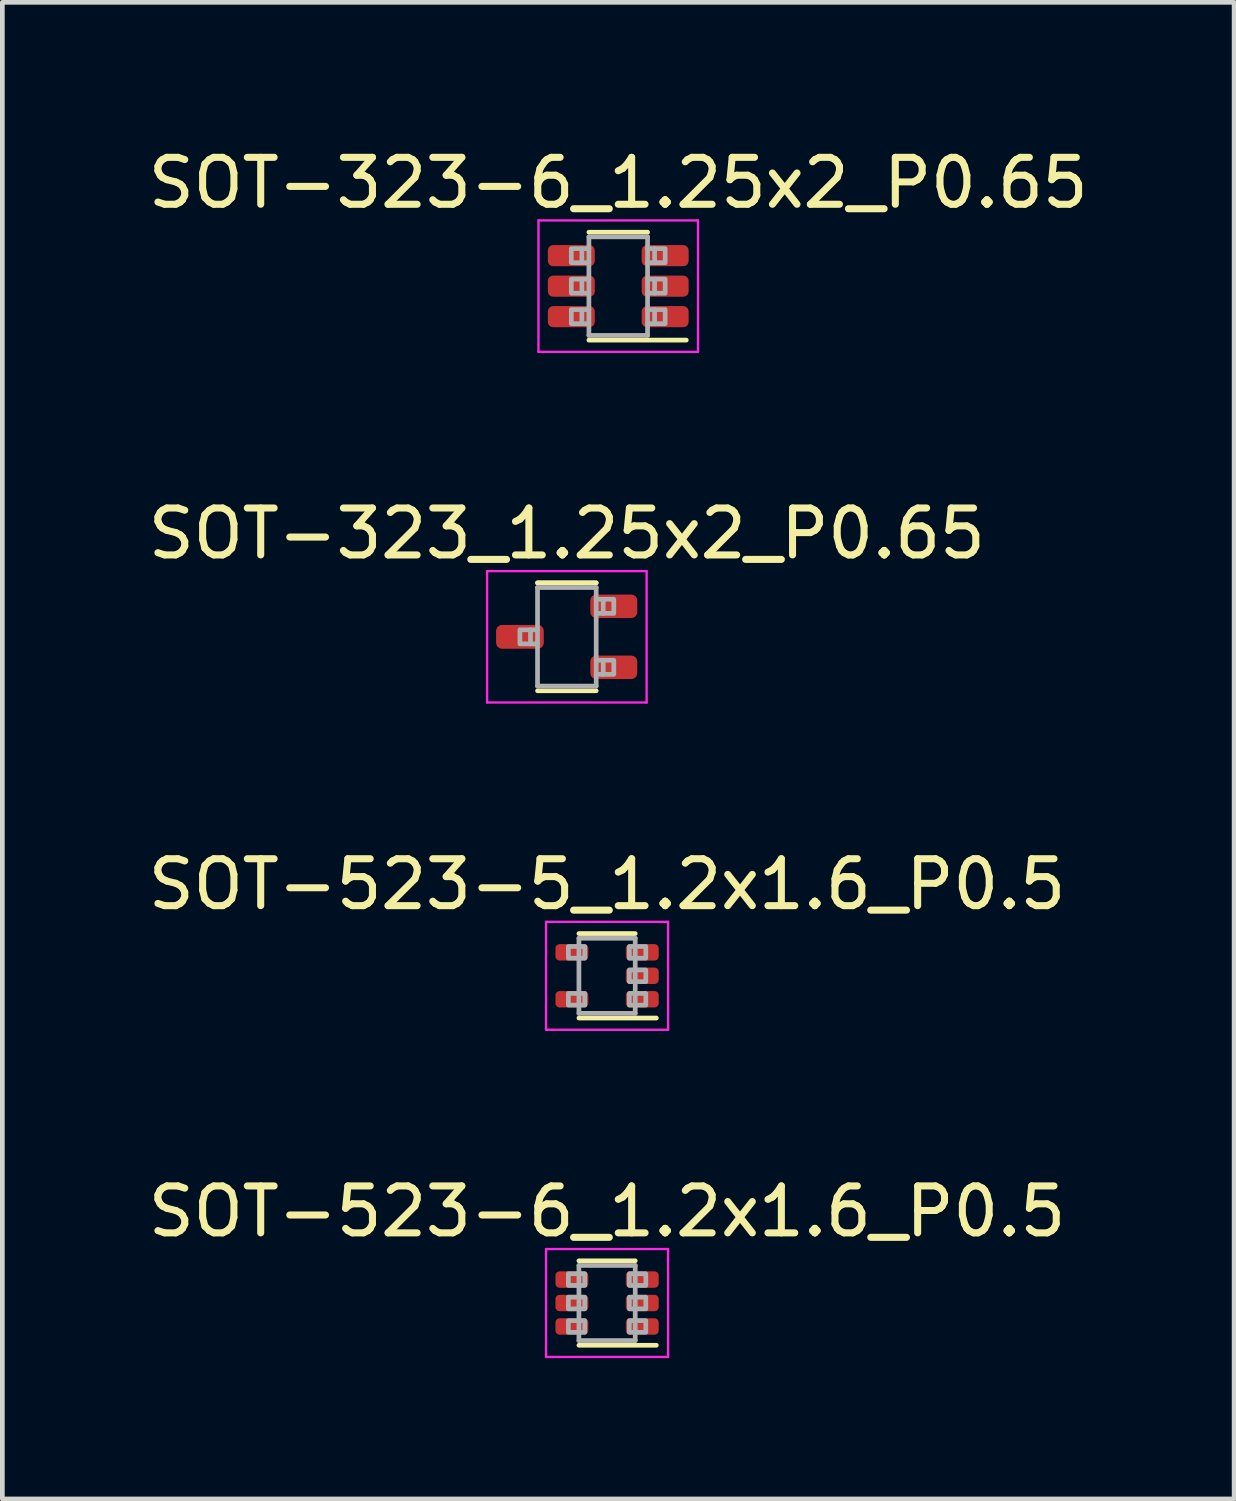
<source format=kicad_pcb>
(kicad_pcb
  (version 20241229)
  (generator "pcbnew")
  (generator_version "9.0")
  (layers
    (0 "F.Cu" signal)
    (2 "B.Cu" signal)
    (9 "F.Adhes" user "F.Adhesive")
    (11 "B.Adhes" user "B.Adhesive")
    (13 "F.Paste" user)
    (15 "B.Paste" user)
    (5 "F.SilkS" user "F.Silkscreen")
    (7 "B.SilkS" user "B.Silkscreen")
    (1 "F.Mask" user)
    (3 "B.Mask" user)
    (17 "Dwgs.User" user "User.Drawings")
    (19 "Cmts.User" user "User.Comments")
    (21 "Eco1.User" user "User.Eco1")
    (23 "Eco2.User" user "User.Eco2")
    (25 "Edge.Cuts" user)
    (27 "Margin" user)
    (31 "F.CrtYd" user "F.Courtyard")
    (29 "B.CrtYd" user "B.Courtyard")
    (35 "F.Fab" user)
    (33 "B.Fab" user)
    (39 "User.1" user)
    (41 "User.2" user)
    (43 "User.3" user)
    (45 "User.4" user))
  (footprint "SOT-323-6_1.25x2_P0.65"
    (layer "F.Cu")
    (at 10.125 3.048)
    (property "Reference" "SOT-323-6_1.25x2_P0.65" (at 0 -2.2 0) (layer "F.SilkS") (effects (font (size 1 1) (thickness 0.15))))
    (attr smd)
    (fp_line (start -0.625 -1.15) (end 0.625 -1.15) (stroke (width 0.1) (type solid)) (layer "F.SilkS"))
    (fp_line (start -0.625 1.15) (end 1.45 1.15) (stroke (width 0.1) (type solid)) (layer "F.SilkS"))
    (fp_line (start -1.7 -1.4) (end -1.7 1.4) (stroke (width 0.05) (type solid)) (layer "F.CrtYd"))
    (fp_line (start -1.7 1.4) (end 1.7 1.4) (stroke (width 0.05) (type solid)) (layer "F.CrtYd"))
    (fp_line (start 1.7 -1.4) (end -1.7 -1.4) (stroke (width 0.05) (type solid)) (layer "F.CrtYd"))
    (fp_line (start 1.7 1.4) (end 1.7 -1.4) (stroke (width 0.05) (type solid)) (layer "F.CrtYd"))
    (fp_line (start -0.775 -0.8) (end -0.625 -0.8) (stroke (width 0.1) (type solid)) (layer "F.Fab"))
    (fp_line (start -0.775 -0.5) (end -0.625 -0.5) (stroke (width 0.1) (type solid)) (layer "F.Fab"))
    (fp_line (start -0.775 -0.15) (end -0.625 -0.15) (stroke (width 0.1) (type solid)) (layer "F.Fab"))
    (fp_line (start -0.775 0.15) (end -0.625 0.15) (stroke (width 0.1) (type solid)) (layer "F.Fab"))
    (fp_line (start -0.775 0.5) (end -0.625 0.5) (stroke (width 0.1) (type solid)) (layer "F.Fab"))
    (fp_line (start -0.775 0.8) (end -0.625 0.8) (stroke (width 0.1) (type solid)) (layer "F.Fab"))
    (fp_line (start -0.625 -1.05) (end -0.625 1.05) (stroke (width 0.1) (type solid)) (layer "F.Fab"))
    (fp_line (start -0.625 1.05) (end 0.625 1.05) (stroke (width 0.1) (type solid)) (layer "F.Fab"))
    (fp_line (start 0.625 -1.05) (end -0.625 -1.05) (stroke (width 0.1) (type solid)) (layer "F.Fab"))
    (fp_line (start 0.625 1.05) (end 0.625 -1.05) (stroke (width 0.1) (type solid)) (layer "F.Fab"))
    (fp_line (start 0.775 -0.8) (end 0.625 -0.8) (stroke (width 0.1) (type solid)) (layer "F.Fab"))
    (fp_line (start 0.775 -0.5) (end 0.625 -0.5) (stroke (width 0.1) (type solid)) (layer "F.Fab"))
    (fp_line (start 0.775 -0.15) (end 0.625 -0.15) (stroke (width 0.1) (type solid)) (layer "F.Fab"))
    (fp_line (start 0.775 0.15) (end 0.625 0.15) (stroke (width 0.1) (type solid)) (layer "F.Fab"))
    (fp_line (start 0.775 0.5) (end 0.625 0.5) (stroke (width 0.1) (type solid)) (layer "F.Fab"))
    (fp_line (start 0.775 0.8) (end 0.625 0.8) (stroke (width 0.1) (type solid)) (layer "F.Fab"))
    (fp_poly (pts (xy -0.775 -0.5) (xy -1 -0.5) (xy -1 -0.8) (xy -0.775 -0.8)) (stroke (width 0.1) (type solid)) (fill no) (layer "F.Fab"))
    (fp_poly (pts (xy -0.775 0.15) (xy -1 0.15) (xy -1 -0.15) (xy -0.775 -0.15)) (stroke (width 0.1) (type solid)) (fill no) (layer "F.Fab"))
    (fp_poly (pts (xy -0.775 0.8) (xy -1 0.8) (xy -1 0.5) (xy -0.775 0.5)) (stroke (width 0.1) (type solid)) (fill no) (layer "F.Fab"))
    (fp_poly (pts (xy 0.775 -0.8) (xy 1 -0.8) (xy 1 -0.5) (xy 0.775 -0.5)) (stroke (width 0.1) (type solid)) (fill no) (layer "F.Fab"))
    (fp_poly (pts (xy 0.775 -0.15) (xy 1 -0.15) (xy 1 0.15) (xy 0.775 0.15)) (stroke (width 0.1) (type solid)) (fill no) (layer "F.Fab"))
    (fp_poly (pts (xy 0.775 0.5) (xy 1 0.5) (xy 1 0.8) (xy 0.775 0.8)) (stroke (width 0.1) (type solid)) (fill no) (layer "F.Fab"))
    (pad "1" smd roundrect (at 1 0.65 180) (size 1 0.45) (layers "F.Cu" "F.Mask" "F.Paste") (roundrect_rratio 0.25))
    (pad "2" smd roundrect (at 1 0 180) (size 1 0.45) (layers "F.Cu" "F.Mask" "F.Paste") (roundrect_rratio 0.25))
    (pad "3" smd roundrect (at 1 -0.65 180) (size 1 0.45) (layers "F.Cu" "F.Mask" "F.Paste") (roundrect_rratio 0.25))
    (pad "4" smd roundrect (at -1 -0.65 180) (size 1 0.45) (layers "F.Cu" "F.Mask" "F.Paste") (roundrect_rratio 0.25))
    (pad "5" smd roundrect (at -1 0 180) (size 1 0.45) (layers "F.Cu" "F.Mask" "F.Paste") (roundrect_rratio 0.25))
    (pad "6" smd roundrect (at -1 0.65 180) (size 1 0.45) (layers "F.Cu" "F.Mask" "F.Paste") (roundrect_rratio 0.25)))
  (footprint "SOT-523-6_1.2x1.6_P0.5"
    (layer "F.Cu")
    (at 9.887 24.718)
    (property "Reference" "SOT-523-6_1.2x1.6_P0.5" (at 0 -1.95 0) (layer "F.SilkS") (effects (font (size 1 1) (thickness 0.15))))
    (attr smd)
    (fp_line (start -0.6 -0.9) (end 0.6 -0.9) (stroke (width 0.1) (type solid)) (layer "F.SilkS"))
    (fp_line (start -0.6 0.9) (end 1.05 0.9) (stroke (width 0.1) (type solid)) (layer "F.SilkS"))
    (fp_line (start -1.3 -1.15) (end -1.3 1.15) (stroke (width 0.05) (type solid)) (layer "F.CrtYd"))
    (fp_line (start -1.3 1.15) (end 1.3 1.15) (stroke (width 0.05) (type solid)) (layer "F.CrtYd"))
    (fp_line (start 1.3 -1.15) (end -1.3 -1.15) (stroke (width 0.05) (type solid)) (layer "F.CrtYd"))
    (fp_line (start 1.3 1.15) (end 1.3 -1.15) (stroke (width 0.05) (type solid)) (layer "F.CrtYd"))
    (fp_line (start -0.6 -0.8) (end -0.6 0.8) (stroke (width 0.1) (type solid)) (layer "F.Fab"))
    (fp_line (start -0.6 0.8) (end 0.6 0.8) (stroke (width 0.1) (type solid)) (layer "F.Fab"))
    (fp_line (start 0.6 -0.8) (end -0.6 -0.8) (stroke (width 0.1) (type solid)) (layer "F.Fab"))
    (fp_line (start 0.6 -0.8) (end 0.6 0.8) (stroke (width 0.1) (type solid)) (layer "F.Fab"))
    (fp_poly (pts (xy -0.475 -0.375) (xy -0.825 -0.375) (xy -0.825 -0.625) (xy -0.475 -0.625)) (stroke (width 0.1) (type solid)) (fill no) (layer "F.Fab"))
    (fp_poly (pts (xy -0.475 0.125) (xy -0.825 0.125) (xy -0.825 -0.125) (xy -0.475 -0.125)) (stroke (width 0.1) (type solid)) (fill no) (layer "F.Fab"))
    (fp_poly (pts (xy -0.475 0.625) (xy -0.825 0.625) (xy -0.825 0.375) (xy -0.475 0.375)) (stroke (width 0.1) (type solid)) (fill no) (layer "F.Fab"))
    (fp_poly (pts (xy 0.475 -0.625) (xy 0.825 -0.625) (xy 0.825 -0.375) (xy 0.475 -0.375)) (stroke (width 0.1) (type solid)) (fill no) (layer "F.Fab"))
    (fp_poly (pts (xy 0.475 -0.125) (xy 0.825 -0.125) (xy 0.825 0.125) (xy 0.475 0.125)) (stroke (width 0.1) (type solid)) (fill no) (layer "F.Fab"))
    (fp_poly (pts (xy 0.475 0.375) (xy 0.825 0.375) (xy 0.825 0.625) (xy 0.475 0.625)) (stroke (width 0.1) (type solid)) (fill no) (layer "F.Fab"))
    (pad "1" smd roundrect (at 0.75 0.5 180) (size 0.7 0.35) (layers "F.Cu" "F.Mask" "F.Paste") (roundrect_rratio 0.25))
    (pad "2" smd roundrect (at 0.75 0 180) (size 0.7 0.35) (layers "F.Cu" "F.Mask" "F.Paste") (roundrect_rratio 0.25))
    (pad "3" smd roundrect (at 0.75 -0.5 180) (size 0.7 0.35) (layers "F.Cu" "F.Mask" "F.Paste") (roundrect_rratio 0.25))
    (pad "4" smd roundrect (at -0.75 -0.5 180) (size 0.7 0.35) (layers "F.Cu" "F.Mask" "F.Paste") (roundrect_rratio 0.25))
    (pad "5" smd roundrect (at -0.75 0 180) (size 0.7 0.35) (layers "F.Cu" "F.Mask" "F.Paste") (roundrect_rratio 0.25))
    (pad "6" smd roundrect (at -0.75 0.5 180) (size 0.7 0.35) (layers "F.Cu" "F.Mask" "F.Paste") (roundrect_rratio 0.25)))
  (footprint "SOT-523-5_1.2x1.6_P0.5"
    (layer "F.Cu")
    (at 9.887 17.745)
    (property "Reference" "SOT-523-5_1.2x1.6_P0.5" (at 0 -1.95 0) (layer "F.SilkS") (effects (font (size 1 1) (thickness 0.15))))
    (attr smd)
    (fp_line (start -0.6 -0.9) (end 0.6 -0.9) (stroke (width 0.1) (type solid)) (layer "F.SilkS"))
    (fp_line (start -0.6 0.9) (end 1.05 0.9) (stroke (width 0.1) (type solid)) (layer "F.SilkS"))
    (fp_line (start -1.3 -1.15) (end -1.3 1.15) (stroke (width 0.05) (type solid)) (layer "F.CrtYd"))
    (fp_line (start -1.3 1.15) (end 1.3 1.15) (stroke (width 0.05) (type solid)) (layer "F.CrtYd"))
    (fp_line (start 1.3 -1.15) (end -1.3 -1.15) (stroke (width 0.05) (type solid)) (layer "F.CrtYd"))
    (fp_line (start 1.3 1.15) (end 1.3 -1.15) (stroke (width 0.05) (type solid)) (layer "F.CrtYd"))
    (fp_line (start -0.6 -0.8) (end -0.6 0.8) (stroke (width 0.1) (type solid)) (layer "F.Fab"))
    (fp_line (start -0.6 0.8) (end 0.6 0.8) (stroke (width 0.1) (type solid)) (layer "F.Fab"))
    (fp_line (start 0.6 -0.8) (end -0.6 -0.8) (stroke (width 0.1) (type solid)) (layer "F.Fab"))
    (fp_line (start 0.6 -0.8) (end 0.6 0.8) (stroke (width 0.1) (type solid)) (layer "F.Fab"))
    (fp_poly (pts (xy -0.475 -0.375) (xy -0.825 -0.375) (xy -0.825 -0.625) (xy -0.475 -0.625)) (stroke (width 0.1) (type solid)) (fill no) (layer "F.Fab"))
    (fp_poly (pts (xy -0.475 0.625) (xy -0.825 0.625) (xy -0.825 0.375) (xy -0.475 0.375)) (stroke (width 0.1) (type solid)) (fill no) (layer "F.Fab"))
    (fp_poly (pts (xy 0.475 -0.625) (xy 0.825 -0.625) (xy 0.825 -0.375) (xy 0.475 -0.375)) (stroke (width 0.1) (type solid)) (fill no) (layer "F.Fab"))
    (fp_poly (pts (xy 0.475 -0.125) (xy 0.825 -0.125) (xy 0.825 0.125) (xy 0.475 0.125)) (stroke (width 0.1) (type solid)) (fill no) (layer "F.Fab"))
    (fp_poly (pts (xy 0.475 0.375) (xy 0.825 0.375) (xy 0.825 0.625) (xy 0.475 0.625)) (stroke (width 0.1) (type solid)) (fill no) (layer "F.Fab"))
    (pad "1" smd roundrect (at 0.75 0.5 180) (size 0.7 0.35) (layers "F.Cu" "F.Mask" "F.Paste") (roundrect_rratio 0.25))
    (pad "2" smd roundrect (at 0.75 0 180) (size 0.7 0.35) (layers "F.Cu" "F.Mask" "F.Paste") (roundrect_rratio 0.25))
    (pad "3" smd roundrect (at 0.75 -0.5 180) (size 0.7 0.35) (layers "F.Cu" "F.Mask" "F.Paste") (roundrect_rratio 0.25))
    (pad "4" smd roundrect (at -0.75 -0.5 180) (size 0.7 0.35) (layers "F.Cu" "F.Mask" "F.Paste") (roundrect_rratio 0.25))
    (pad "5" smd roundrect (at -0.75 0.5 180) (size 0.7 0.35) (layers "F.Cu" "F.Mask" "F.Paste") (roundrect_rratio 0.25)))
  (footprint "SOT-323_1.25x2_P0.65"
    (layer "F.Cu")
    (at 9.03 10.521)
    (property "Reference" "SOT-323_1.25x2_P0.65" (at 0 -2.2 0) (layer "F.SilkS") (effects (font (size 1 1) (thickness 0.15))))
    (attr smd)
    (fp_line (start -0.625 -1.15) (end 0.625 -1.15) (stroke (width 0.1) (type solid)) (layer "F.SilkS"))
    (fp_line (start -0.625 -1.15) (end 0.625 -1.15) (stroke (width 0.1) (type solid)) (layer "F.SilkS"))
    (fp_line (start -0.625 1.15) (end 0.625 1.15) (stroke (width 0.1) (type solid)) (layer "F.SilkS"))
    (fp_line (start -1.7 -1.4) (end -1.7 1.4) (stroke (width 0.05) (type solid)) (layer "F.CrtYd"))
    (fp_line (start -1.7 1.4) (end 1.7 1.4) (stroke (width 0.05) (type solid)) (layer "F.CrtYd"))
    (fp_line (start 1.7 -1.4) (end -1.7 -1.4) (stroke (width 0.05) (type solid)) (layer "F.CrtYd"))
    (fp_line (start 1.7 1.4) (end 1.7 -1.4) (stroke (width 0.05) (type solid)) (layer "F.CrtYd"))
    (fp_line (start -0.775 -0.15) (end -0.625 -0.15) (stroke (width 0.1) (type solid)) (layer "F.Fab"))
    (fp_line (start -0.775 0.15) (end -0.625 0.15) (stroke (width 0.1) (type solid)) (layer "F.Fab"))
    (fp_line (start -0.625 -1.05) (end -0.625 1.05) (stroke (width 0.1) (type solid)) (layer "F.Fab"))
    (fp_line (start -0.625 1.05) (end 0.625 1.05) (stroke (width 0.1) (type solid)) (layer "F.Fab"))
    (fp_line (start 0.625 -1.05) (end -0.625 -1.05) (stroke (width 0.1) (type solid)) (layer "F.Fab"))
    (fp_line (start 0.625 1.05) (end 0.625 -1.05) (stroke (width 0.1) (type solid)) (layer "F.Fab"))
    (fp_line (start 0.775 -0.8) (end 0.625 -0.8) (stroke (width 0.1) (type solid)) (layer "F.Fab"))
    (fp_line (start 0.775 -0.5) (end 0.625 -0.5) (stroke (width 0.1) (type solid)) (layer "F.Fab"))
    (fp_line (start 0.775 0.5) (end 0.625 0.5) (stroke (width 0.1) (type solid)) (layer "F.Fab"))
    (fp_line (start 0.775 0.8) (end 0.625 0.8) (stroke (width 0.1) (type solid)) (layer "F.Fab"))
    (fp_poly (pts (xy -0.775 0.15) (xy -1 0.15) (xy -1 -0.15) (xy -0.775 -0.15)) (stroke (width 0.1) (type solid)) (fill no) (layer "F.Fab"))
    (fp_poly (pts (xy 0.775 -0.8) (xy 1 -0.8) (xy 1 -0.5) (xy 0.775 -0.5)) (stroke (width 0.1) (type solid)) (fill no) (layer "F.Fab"))
    (fp_poly (pts (xy 0.775 0.5) (xy 1 0.5) (xy 1 0.8) (xy 0.775 0.8)) (stroke (width 0.1) (type solid)) (fill no) (layer "F.Fab"))
    (pad "1" smd roundrect (at 1 0.65 180) (size 1 0.5) (layers "F.Cu" "F.Mask" "F.Paste") (roundrect_rratio 0.25))
    (pad "2" smd roundrect (at 1 -0.65 180) (size 1 0.5) (layers "F.Cu" "F.Mask" "F.Paste") (roundrect_rratio 0.25))
    (pad "3" smd roundrect (at -1 0 180) (size 1.016 0.508) (layers "F.Cu" "F.Mask" "F.Paste") (roundrect_rratio 0.25)))
  (gr_rect
    (start -3 -3)
    (end 23.25 28.893)
    (stroke (width 0.1) (type default))
    (fill no)
    (layer "Edge.Cuts")))
</source>
